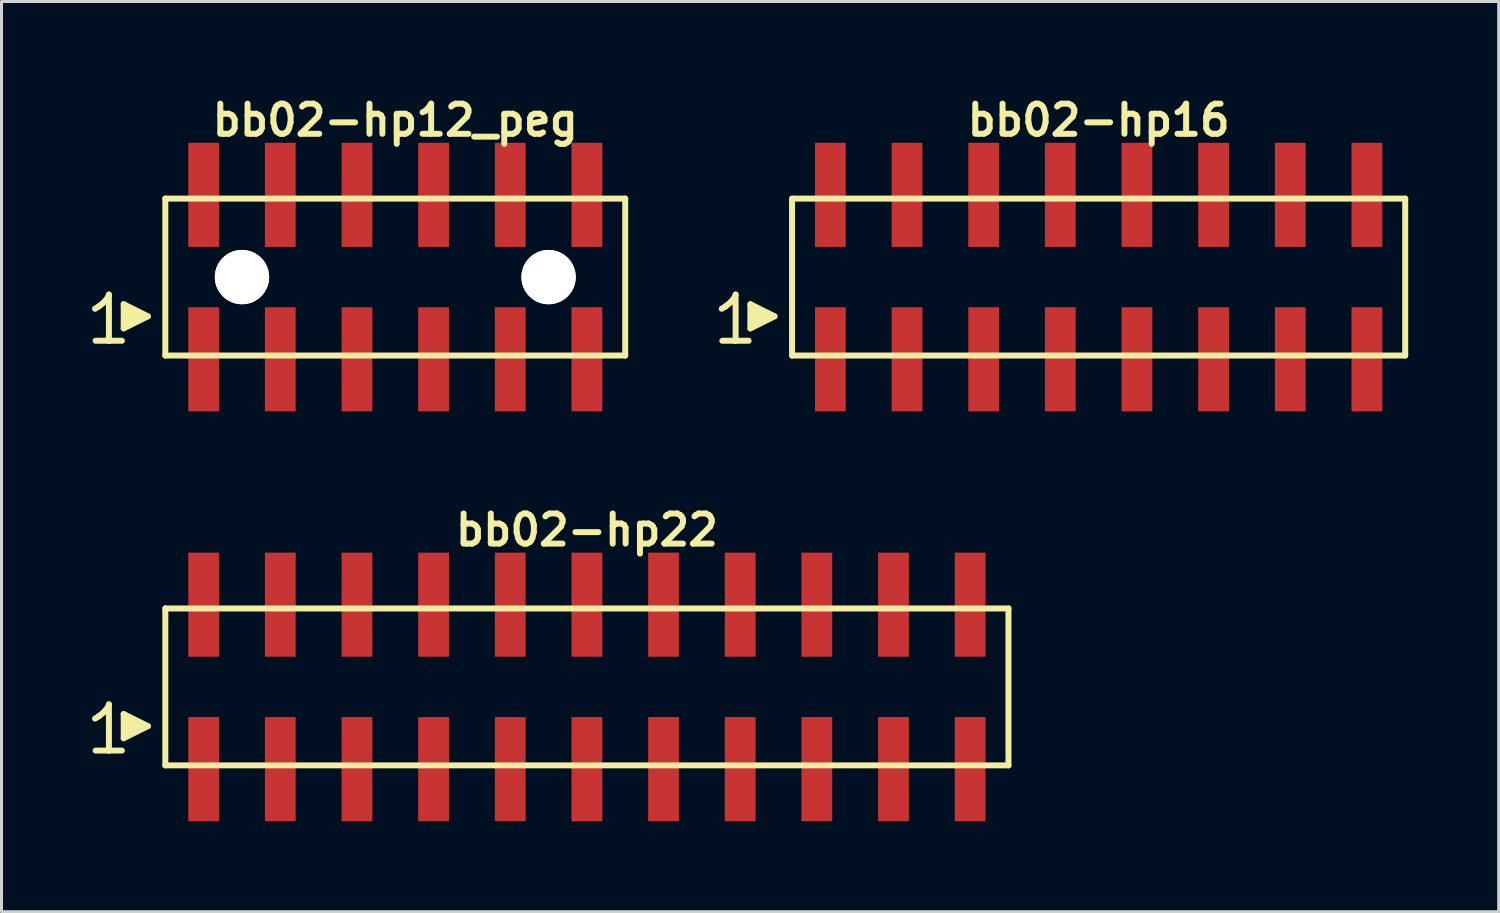
<source format=kicad_pcb>
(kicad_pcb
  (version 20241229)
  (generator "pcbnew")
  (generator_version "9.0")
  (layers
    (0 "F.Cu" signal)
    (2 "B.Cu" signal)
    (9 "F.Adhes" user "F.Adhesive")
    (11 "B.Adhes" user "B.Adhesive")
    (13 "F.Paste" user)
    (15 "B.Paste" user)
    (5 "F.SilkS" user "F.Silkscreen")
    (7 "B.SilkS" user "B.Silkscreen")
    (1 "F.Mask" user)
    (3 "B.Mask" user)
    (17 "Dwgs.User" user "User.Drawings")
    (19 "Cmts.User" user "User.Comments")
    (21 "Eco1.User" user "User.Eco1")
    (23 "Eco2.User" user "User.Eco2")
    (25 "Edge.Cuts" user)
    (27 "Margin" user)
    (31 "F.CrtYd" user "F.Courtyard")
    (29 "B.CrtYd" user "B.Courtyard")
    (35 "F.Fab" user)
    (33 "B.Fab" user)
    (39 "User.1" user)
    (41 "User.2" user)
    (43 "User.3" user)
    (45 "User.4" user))
  (footprint "bb02-hp22"
    (layer "F.Cu")
    (at 16.399 19.713)
    (property "Reference" "bb02-hp22" (at 0 -5.2 0) (layer "F.SilkS") (effects (font (size 0.998 0.998) (thickness 0.198))))
    (attr through_hole)
    (fp_line (start -16.3 1.05) (end -16.17 0.97) (stroke (width 0.198) (type solid)) (layer "F.SilkS"))
    (fp_line (start -16.17 0.97) (end -16.01 0.84) (stroke (width 0.198) (type solid)) (layer "F.SilkS"))
    (fp_line (start -16.01 0.84) (end -15.87 0.67) (stroke (width 0.198) (type solid)) (layer "F.SilkS"))
    (fp_line (start -15.87 0.67) (end -15.84 0.58) (stroke (width 0.198) (type solid)) (layer "F.SilkS"))
    (fp_line (start -15.84 0.58) (end -15.84 2.11) (stroke (width 0.198) (type solid)) (layer "F.SilkS"))
    (fp_line (start -15.84 2.11) (end -16.28 2.11) (stroke (width 0.198) (type solid)) (layer "F.SilkS"))
    (fp_line (start -15.41 2.11) (end -15.85 2.11) (stroke (width 0.198) (type solid)) (layer "F.SilkS"))
    (fp_line (start -15.35 0.9) (end -14.55 1.3) (stroke (width 0.198) (type solid)) (layer "F.SilkS"))
    (fp_line (start -15.35 1.7) (end -15.35 0.9) (stroke (width 0.198) (type solid)) (layer "F.SilkS"))
    (fp_line (start -15.25 1.6) (end -15.25 1) (stroke (width 0.198) (type solid)) (layer "F.SilkS"))
    (fp_line (start -15.15 1.1) (end -15.15 1.5) (stroke (width 0.198) (type solid)) (layer "F.SilkS"))
    (fp_line (start -15.05 1.5) (end -15.05 1.1) (stroke (width 0.198) (type solid)) (layer "F.SilkS"))
    (fp_line (start -14.95 1.2) (end -14.95 1.4) (stroke (width 0.198) (type solid)) (layer "F.SilkS"))
    (fp_line (start -14.85 1.4) (end -14.85 1.2) (stroke (width 0.198) (type solid)) (layer "F.SilkS"))
    (fp_line (start -14.55 1.3) (end -15.35 1.7) (stroke (width 0.198) (type solid)) (layer "F.SilkS"))
    (fp_line (start -13.97 -2.6) (end -13.97 2.6) (stroke (width 0.198) (type solid)) (layer "F.SilkS"))
    (fp_line (start -13.97 -2.6) (end 13.97 -2.6) (stroke (width 0.198) (type solid)) (layer "F.SilkS"))
    (fp_line (start 13.97 2.6) (end -13.97 2.6) (stroke (width 0.198) (type solid)) (layer "F.SilkS"))
    (fp_line (start 13.97 2.6) (end 13.97 -2.6) (stroke (width 0.198) (type solid)) (layer "F.SilkS"))
    (pad "1" smd rect (at -12.7 2.725) (size 1.02 3.45) (layers "F.Cu" "F.Mask" "F.Paste"))
    (pad "2" smd rect (at -12.7 -2.725) (size 1.02 3.45) (layers "F.Cu" "F.Mask" "F.Paste"))
    (pad "3" smd rect (at -10.16 2.725) (size 1.02 3.45) (layers "F.Cu" "F.Mask" "F.Paste"))
    (pad "4" smd rect (at -10.16 -2.725) (size 1.02 3.45) (layers "F.Cu" "F.Mask" "F.Paste"))
    (pad "5" smd rect (at -7.62 2.725) (size 1.02 3.45) (layers "F.Cu" "F.Mask" "F.Paste"))
    (pad "6" smd rect (at -7.62 -2.725) (size 1.02 3.45) (layers "F.Cu" "F.Mask" "F.Paste"))
    (pad "7" smd rect (at -5.08 2.725) (size 1.02 3.45) (layers "F.Cu" "F.Mask" "F.Paste"))
    (pad "8" smd rect (at -5.08 -2.725) (size 1.02 3.45) (layers "F.Cu" "F.Mask" "F.Paste"))
    (pad "9" smd rect (at -2.54 2.725) (size 1.02 3.45) (layers "F.Cu" "F.Mask" "F.Paste"))
    (pad "10" smd rect (at -2.54 -2.725) (size 1.02 3.45) (layers "F.Cu" "F.Mask" "F.Paste"))
    (pad "11" smd rect (at 0 2.725) (size 1.02 3.45) (layers "F.Cu" "F.Mask" "F.Paste"))
    (pad "12" smd rect (at 0 -2.725) (size 1.02 3.45) (layers "F.Cu" "F.Mask" "F.Paste"))
    (pad "13" smd rect (at 2.54 2.725) (size 1.02 3.45) (layers "F.Cu" "F.Mask" "F.Paste"))
    (pad "14" smd rect (at 2.54 -2.725) (size 1.02 3.45) (layers "F.Cu" "F.Mask" "F.Paste"))
    (pad "15" smd rect (at 5.08 2.725) (size 1.02 3.45) (layers "F.Cu" "F.Mask" "F.Paste"))
    (pad "16" smd rect (at 5.08 -2.725) (size 1.02 3.45) (layers "F.Cu" "F.Mask" "F.Paste"))
    (pad "17" smd rect (at 7.62 2.725) (size 1.02 3.45) (layers "F.Cu" "F.Mask" "F.Paste"))
    (pad "18" smd rect (at 7.62 -2.725) (size 1.02 3.45) (layers "F.Cu" "F.Mask" "F.Paste"))
    (pad "19" smd rect (at 10.16 2.725) (size 1.02 3.45) (layers "F.Cu" "F.Mask" "F.Paste"))
    (pad "20" smd rect (at 10.16 -2.725) (size 1.02 3.45) (layers "F.Cu" "F.Mask" "F.Paste"))
    (pad "21" smd rect (at 12.7 2.725) (size 1.02 3.45) (layers "F.Cu" "F.Mask" "F.Paste"))
    (pad "22" smd rect (at 12.7 -2.725) (size 1.02 3.45) (layers "F.Cu" "F.Mask" "F.Paste")))
  (footprint "bb02-hp16"
    (layer "F.Cu")
    (at 33.357 6.132)
    (property "Reference" "bb02-hp16" (at 0 -5.2 0) (layer "F.SilkS") (effects (font (size 0.998 0.998) (thickness 0.198))))
    (attr through_hole)
    (fp_line (start -12.49 1.05) (end -12.36 0.97) (stroke (width 0.198) (type solid)) (layer "F.SilkS"))
    (fp_line (start -12.36 0.97) (end -12.2 0.84) (stroke (width 0.198) (type solid)) (layer "F.SilkS"))
    (fp_line (start -12.2 0.84) (end -12.06 0.67) (stroke (width 0.198) (type solid)) (layer "F.SilkS"))
    (fp_line (start -12.06 0.67) (end -12.03 0.58) (stroke (width 0.198) (type solid)) (layer "F.SilkS"))
    (fp_line (start -12.03 0.58) (end -12.03 2.11) (stroke (width 0.198) (type solid)) (layer "F.SilkS"))
    (fp_line (start -12.03 2.11) (end -12.47 2.11) (stroke (width 0.198) (type solid)) (layer "F.SilkS"))
    (fp_line (start -11.6 2.11) (end -12.04 2.11) (stroke (width 0.198) (type solid)) (layer "F.SilkS"))
    (fp_line (start -11.54 0.9) (end -10.74 1.3) (stroke (width 0.198) (type solid)) (layer "F.SilkS"))
    (fp_line (start -11.54 1.7) (end -11.54 0.9) (stroke (width 0.198) (type solid)) (layer "F.SilkS"))
    (fp_line (start -11.44 1.6) (end -11.44 1) (stroke (width 0.198) (type solid)) (layer "F.SilkS"))
    (fp_line (start -11.34 1.1) (end -11.34 1.5) (stroke (width 0.198) (type solid)) (layer "F.SilkS"))
    (fp_line (start -11.24 1.5) (end -11.24 1.1) (stroke (width 0.198) (type solid)) (layer "F.SilkS"))
    (fp_line (start -11.14 1.2) (end -11.14 1.4) (stroke (width 0.198) (type solid)) (layer "F.SilkS"))
    (fp_line (start -11.04 1.4) (end -11.04 1.2) (stroke (width 0.198) (type solid)) (layer "F.SilkS"))
    (fp_line (start -10.74 1.3) (end -11.54 1.7) (stroke (width 0.198) (type solid)) (layer "F.SilkS"))
    (fp_line (start -10.16 -2.6) (end -10.16 2.6) (stroke (width 0.198) (type solid)) (layer "F.SilkS"))
    (fp_line (start -10.16 -2.6) (end 10.16 -2.6) (stroke (width 0.198) (type solid)) (layer "F.SilkS"))
    (fp_line (start 10.16 2.6) (end -10.16 2.6) (stroke (width 0.198) (type solid)) (layer "F.SilkS"))
    (fp_line (start 10.16 2.6) (end 10.16 -2.6) (stroke (width 0.198) (type solid)) (layer "F.SilkS"))
    (pad "1" smd rect (at -8.89 2.725) (size 1.02 3.45) (layers "F.Cu" "F.Mask" "F.Paste"))
    (pad "2" smd rect (at -8.89 -2.725) (size 1.02 3.45) (layers "F.Cu" "F.Mask" "F.Paste"))
    (pad "3" smd rect (at -6.35 2.725) (size 1.02 3.45) (layers "F.Cu" "F.Mask" "F.Paste"))
    (pad "4" smd rect (at -6.35 -2.725) (size 1.02 3.45) (layers "F.Cu" "F.Mask" "F.Paste"))
    (pad "5" smd rect (at -3.81 2.725) (size 1.02 3.45) (layers "F.Cu" "F.Mask" "F.Paste"))
    (pad "6" smd rect (at -3.81 -2.725) (size 1.02 3.45) (layers "F.Cu" "F.Mask" "F.Paste"))
    (pad "7" smd rect (at -1.27 2.725) (size 1.02 3.45) (layers "F.Cu" "F.Mask" "F.Paste"))
    (pad "8" smd rect (at -1.27 -2.725) (size 1.02 3.45) (layers "F.Cu" "F.Mask" "F.Paste"))
    (pad "9" smd rect (at 1.27 2.725) (size 1.02 3.45) (layers "F.Cu" "F.Mask" "F.Paste"))
    (pad "10" smd rect (at 1.27 -2.725) (size 1.02 3.45) (layers "F.Cu" "F.Mask" "F.Paste"))
    (pad "11" smd rect (at 3.81 2.725) (size 1.02 3.45) (layers "F.Cu" "F.Mask" "F.Paste"))
    (pad "12" smd rect (at 3.81 -2.725) (size 1.02 3.45) (layers "F.Cu" "F.Mask" "F.Paste"))
    (pad "13" smd rect (at 6.35 2.725) (size 1.02 3.45) (layers "F.Cu" "F.Mask" "F.Paste"))
    (pad "14" smd rect (at 6.35 -2.725) (size 1.02 3.45) (layers "F.Cu" "F.Mask" "F.Paste"))
    (pad "15" smd rect (at 8.89 2.725) (size 1.02 3.45) (layers "F.Cu" "F.Mask" "F.Paste"))
    (pad "16" smd rect (at 8.89 -2.725) (size 1.02 3.45) (layers "F.Cu" "F.Mask" "F.Paste")))
  (footprint "bb02-hp12_peg"
    (layer "F.Cu")
    (at 10.049 6.132)
    (property "Reference" "bb02-hp12_peg" (at 0 -5.2 0) (layer "F.SilkS") (effects (font (size 0.998 0.998) (thickness 0.198))))
    (attr through_hole)
    (fp_line (start -9.95 1.05) (end -9.82 0.97) (stroke (width 0.198) (type solid)) (layer "F.SilkS"))
    (fp_line (start -9.82 0.97) (end -9.66 0.84) (stroke (width 0.198) (type solid)) (layer "F.SilkS"))
    (fp_line (start -9.66 0.84) (end -9.52 0.67) (stroke (width 0.198) (type solid)) (layer "F.SilkS"))
    (fp_line (start -9.52 0.67) (end -9.49 0.58) (stroke (width 0.198) (type solid)) (layer "F.SilkS"))
    (fp_line (start -9.49 0.58) (end -9.49 2.11) (stroke (width 0.198) (type solid)) (layer "F.SilkS"))
    (fp_line (start -9.49 2.11) (end -9.93 2.11) (stroke (width 0.198) (type solid)) (layer "F.SilkS"))
    (fp_line (start -9.06 2.11) (end -9.5 2.11) (stroke (width 0.198) (type solid)) (layer "F.SilkS"))
    (fp_line (start -9 0.9) (end -8.2 1.3) (stroke (width 0.198) (type solid)) (layer "F.SilkS"))
    (fp_line (start -9 1.7) (end -9 0.9) (stroke (width 0.198) (type solid)) (layer "F.SilkS"))
    (fp_line (start -8.9 1.6) (end -8.9 1) (stroke (width 0.198) (type solid)) (layer "F.SilkS"))
    (fp_line (start -8.8 1.1) (end -8.8 1.5) (stroke (width 0.198) (type solid)) (layer "F.SilkS"))
    (fp_line (start -8.7 1.5) (end -8.7 1.1) (stroke (width 0.198) (type solid)) (layer "F.SilkS"))
    (fp_line (start -8.6 1.2) (end -8.6 1.4) (stroke (width 0.198) (type solid)) (layer "F.SilkS"))
    (fp_line (start -8.5 1.4) (end -8.5 1.2) (stroke (width 0.198) (type solid)) (layer "F.SilkS"))
    (fp_line (start -8.2 1.3) (end -9 1.7) (stroke (width 0.198) (type solid)) (layer "F.SilkS"))
    (fp_line (start -7.62 -2.6) (end -7.62 2.6) (stroke (width 0.198) (type solid)) (layer "F.SilkS"))
    (fp_line (start -7.62 -2.6) (end 7.62 -2.6) (stroke (width 0.198) (type solid)) (layer "F.SilkS"))
    (fp_line (start 7.62 2.6) (end -7.62 2.6) (stroke (width 0.198) (type solid)) (layer "F.SilkS"))
    (fp_line (start 7.62 2.6) (end 7.62 -2.6) (stroke (width 0.198) (type solid)) (layer "F.SilkS"))
    (pad "" np_thru_hole circle (at -5.08 0) (size 1.8 1.8) (drill 1.8) (layers "*.Cu" "*.Mask" "F.SilkS"))
    (pad "" np_thru_hole circle (at 5.08 0) (size 1.8 1.8) (drill 1.8) (layers "*.Cu" "*.Mask" "F.SilkS"))
    (pad "1" smd rect (at -6.35 2.725) (size 1.02 3.45) (layers "F.Cu" "F.Mask" "F.Paste"))
    (pad "2" smd rect (at -6.35 -2.725) (size 1.02 3.45) (layers "F.Cu" "F.Mask" "F.Paste"))
    (pad "3" smd rect (at -3.81 2.725) (size 1.02 3.45) (layers "F.Cu" "F.Mask" "F.Paste"))
    (pad "4" smd rect (at -3.81 -2.725) (size 1.02 3.45) (layers "F.Cu" "F.Mask" "F.Paste"))
    (pad "5" smd rect (at -1.27 2.725) (size 1.02 3.45) (layers "F.Cu" "F.Mask" "F.Paste"))
    (pad "6" smd rect (at -1.27 -2.725) (size 1.02 3.45) (layers "F.Cu" "F.Mask" "F.Paste"))
    (pad "7" smd rect (at 1.27 2.725) (size 1.02 3.45) (layers "F.Cu" "F.Mask" "F.Paste"))
    (pad "8" smd rect (at 1.27 -2.725) (size 1.02 3.45) (layers "F.Cu" "F.Mask" "F.Paste"))
    (pad "9" smd rect (at 3.81 2.725) (size 1.02 3.45) (layers "F.Cu" "F.Mask" "F.Paste"))
    (pad "10" smd rect (at 3.81 -2.725) (size 1.02 3.45) (layers "F.Cu" "F.Mask" "F.Paste"))
    (pad "11" smd rect (at 6.35 2.725) (size 1.02 3.45) (layers "F.Cu" "F.Mask" "F.Paste"))
    (pad "12" smd rect (at 6.35 -2.725) (size 1.02 3.45) (layers "F.Cu" "F.Mask" "F.Paste")))
  (gr_rect
    (start -3 -3)
    (end 46.616 27.163)
    (stroke (width 0.1) (type default))
    (fill no)
    (layer "Edge.Cuts")))
</source>
